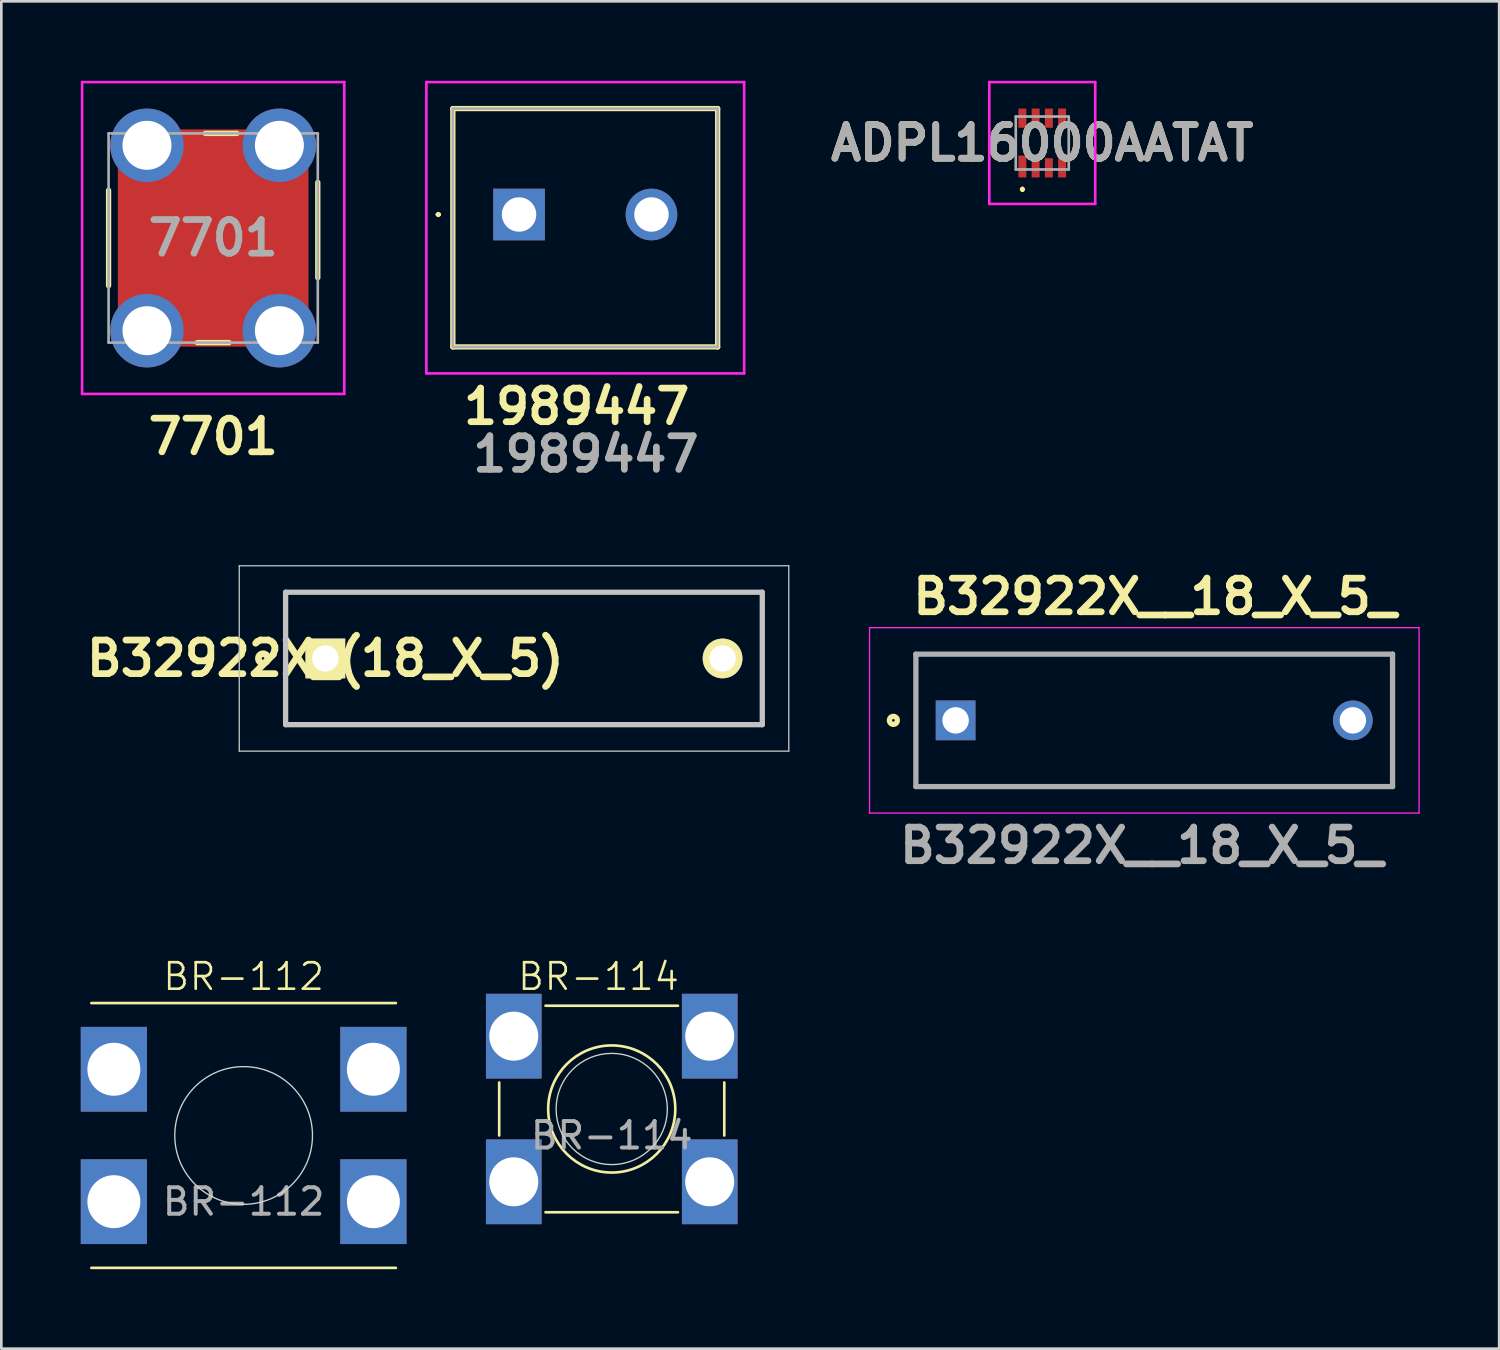
<source format=kicad_pcb>
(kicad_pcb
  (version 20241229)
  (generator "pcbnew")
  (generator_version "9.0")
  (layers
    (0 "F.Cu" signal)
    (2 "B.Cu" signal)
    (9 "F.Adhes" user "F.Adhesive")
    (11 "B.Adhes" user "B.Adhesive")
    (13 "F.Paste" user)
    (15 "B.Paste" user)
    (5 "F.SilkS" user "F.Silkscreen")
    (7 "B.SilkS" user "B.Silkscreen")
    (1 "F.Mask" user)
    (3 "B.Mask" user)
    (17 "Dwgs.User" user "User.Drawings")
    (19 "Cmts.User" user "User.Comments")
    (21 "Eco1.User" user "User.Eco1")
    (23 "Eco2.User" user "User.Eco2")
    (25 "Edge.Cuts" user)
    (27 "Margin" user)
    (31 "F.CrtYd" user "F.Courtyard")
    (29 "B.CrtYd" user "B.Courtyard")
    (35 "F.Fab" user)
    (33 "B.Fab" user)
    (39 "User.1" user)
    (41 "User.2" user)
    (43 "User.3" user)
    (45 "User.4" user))
  (footprint "ADPL16000AATAT"
    (layer "F.Cu")
    (at 36.307 2.35)
    (property "Reference" "ADPL16000AATAT" (at 0 0 0) (layer "F.SilkS") (effects (font (size 1.27 1.27) (thickness 0.254))))
    (attr smd)
    (fp_line (start -0.75 1.7) (end -0.75 1.7) (stroke (width 0.1) (type solid)) (layer "F.SilkS"))
    (fp_line (start -0.75 1.8) (end -0.75 1.8) (stroke (width 0.1) (type solid)) (layer "F.SilkS"))
    (fp_arc (start -0.75 1.7) (mid -0.7 1.75) (end -0.75 1.8) (stroke (width 0.1) (type solid)) (layer "F.SilkS"))
    (fp_arc (start -0.75 1.8) (mid -0.8 1.75) (end -0.75 1.7) (stroke (width 0.1) (type solid)) (layer "F.SilkS"))
    (fp_line (start -2 -2.3) (end 2 -2.3) (stroke (width 0.1) (type solid)) (layer "F.CrtYd"))
    (fp_line (start -2 2.3) (end -2 -2.3) (stroke (width 0.1) (type solid)) (layer "F.CrtYd"))
    (fp_line (start 2 -2.3) (end 2 2.3) (stroke (width 0.1) (type solid)) (layer "F.CrtYd"))
    (fp_line (start 2 2.3) (end -2 2.3) (stroke (width 0.1) (type solid)) (layer "F.CrtYd"))
    (fp_line (start -1 -1) (end 1 -1) (stroke (width 0.1) (type solid)) (layer "F.Fab"))
    (fp_line (start -1 1) (end -1 -1) (stroke (width 0.1) (type solid)) (layer "F.Fab"))
    (fp_line (start 1 -1) (end 1 1) (stroke (width 0.1) (type solid)) (layer "F.Fab"))
    (fp_line (start 1 1) (end -1 1) (stroke (width 0.1) (type solid)) (layer "F.Fab"))
    (fp_text user "${REFERENCE}" (at 0 0 0) (layer "F.Fab") (effects (font (size 1.27 1.27) (thickness 0.254))))
    (pad "1" smd rect (at -0.75 0.888) (size 0.3 0.825) (layers "F.Cu" "F.Mask" "F.Paste"))
    (pad "2" smd rect (at -0.25 0.938) (size 0.3 0.725) (layers "F.Cu" "F.Mask" "F.Paste"))
    (pad "3" smd rect (at 0.25 0.938) (size 0.3 0.725) (layers "F.Cu" "F.Mask" "F.Paste"))
    (pad "4" smd rect (at 0.75 0.938) (size 0.3 0.725) (layers "F.Cu" "F.Mask" "F.Paste"))
    (pad "5" smd rect (at 0.75 -0.938) (size 0.3 0.725) (layers "F.Cu" "F.Mask" "F.Paste"))
    (pad "6" smd rect (at 0.25 -0.938) (size 0.3 0.725) (layers "F.Cu" "F.Mask" "F.Paste"))
    (pad "7" smd rect (at -0.25 -0.938) (size 0.3 0.725) (layers "F.Cu" "F.Mask" "F.Paste"))
    (pad "8" smd rect (at -0.75 -0.938) (size 0.3 0.725) (layers "F.Cu" "F.Mask" "F.Paste")))
  (footprint "7701"
    (layer "F.Cu")
    (at 2.5 9.437)
    (property "Reference" "7701" (at 2.5 4 0) (layer "F.SilkS") (effects (font (size 1.27 1.27) (thickness 0.254))))
    (attr through_hole)
    (fp_rect (start -1 -7.5) (end 6 0.5) (stroke (width 0.2) (type solid)) (fill yes) (layer "F.Cu"))
    (fp_rect (start -1.5 -8) (end 6.5 1) (stroke (width 0.1) (type solid)) (fill yes) (layer "F.Mask"))
    (fp_line (start -1.45 -5.3) (end -1.45 -1.7) (stroke (width 0.2) (type solid)) (layer "F.SilkS"))
    (fp_line (start 1.9 0.45) (end 3.1 0.45) (stroke (width 0.2) (type solid)) (layer "F.SilkS"))
    (fp_line (start 3.4 -7.45) (end 2.2 -7.45) (stroke (width 0.2) (type solid)) (layer "F.SilkS"))
    (fp_line (start 6.45 -2) (end 6.45 -5.6) (stroke (width 0.2) (type solid)) (layer "F.SilkS"))
    (fp_line (start -2.45 -9.387) (end 7.45 -9.387) (stroke (width 0.1) (type solid)) (layer "F.CrtYd"))
    (fp_line (start -2.45 2.388) (end -2.45 -9.387) (stroke (width 0.1) (type solid)) (layer "F.CrtYd"))
    (fp_line (start 7.45 -9.387) (end 7.45 2.388) (stroke (width 0.1) (type solid)) (layer "F.CrtYd"))
    (fp_line (start 7.45 2.388) (end -2.45 2.388) (stroke (width 0.1) (type solid)) (layer "F.CrtYd"))
    (fp_line (start -1.45 -7.45) (end -1.45 0.45) (stroke (width 0.1) (type solid)) (layer "F.Fab"))
    (fp_line (start -1.45 0.45) (end 6.45 0.45) (stroke (width 0.1) (type solid)) (layer "F.Fab"))
    (fp_line (start 6.45 -7.45) (end -1.45 -7.45) (stroke (width 0.1) (type solid)) (layer "F.Fab"))
    (fp_line (start 6.45 0.45) (end 6.45 -7.45) (stroke (width 0.1) (type solid)) (layer "F.Fab"))
    (fp_text user "${REFERENCE}" (at 2.5 -3.5 0) (layer "F.Fab") (effects (font (size 1.27 1.27) (thickness 0.254))))
    (pad "1" thru_hole circle (at 0 0) (size 2.775 2.775) (drill 1.85) (layers "*.Cu" "*.Mask"))
    (pad "2" thru_hole circle (at 5 0) (size 2.775 2.775) (drill 1.85) (layers "*.Cu" "*.Mask"))
    (pad "3" thru_hole circle (at 5 -7) (size 2.775 2.775) (drill 1.85) (layers "*.Cu" "*.Mask"))
    (pad "4" thru_hole circle (at 0 -7) (size 2.775 2.775) (drill 1.85) (layers "*.Cu" "*.Mask")))
  (footprint "B32922X_(18_X_5)"
    (layer "F.Cu")
    (at 9.235 21.814)
    (property "Reference" "B32922X_(18_X_5)" (at 0 0 0) (layer "F.SilkS") (effects (font (size 1.27 1.27) (thickness 0.254))))
    (attr through_hole exclude_from_pos_files)
    (fp_line (start -1.5 -2.5) (end 16.5 -2.5) (stroke (width 0.1) (type solid)) (layer "F.SilkS"))
    (fp_line (start -1.5 2.5) (end -1.5 -2.5) (stroke (width 0.1) (type solid)) (layer "F.SilkS"))
    (fp_line (start 16.5 -2.5) (end 16.5 2.5) (stroke (width 0.1) (type solid)) (layer "F.SilkS"))
    (fp_line (start 16.5 2.5) (end -1.5 2.5) (stroke (width 0.1) (type solid)) (layer "F.SilkS"))
    (fp_circle (center -2.35 0) (end -2.4 0) (stroke (width 0.254) (type solid)) (fill no) (layer "F.SilkS"))
    (fp_line (start -3.25 -3.5) (end 17.5 -3.5) (stroke (width 0.05) (type solid)) (layer "Dwgs.User"))
    (fp_line (start -3.25 3.5) (end -3.25 -3.5) (stroke (width 0.05) (type solid)) (layer "Dwgs.User"))
    (fp_line (start -1.5 -2.5) (end 16.5 -2.5) (stroke (width 0.2) (type solid)) (layer "Dwgs.User"))
    (fp_line (start -1.5 2.5) (end -1.5 -2.5) (stroke (width 0.2) (type solid)) (layer "Dwgs.User"))
    (fp_line (start 16.5 -2.5) (end 16.5 2.5) (stroke (width 0.2) (type solid)) (layer "Dwgs.User"))
    (fp_line (start 16.5 2.5) (end -1.5 2.5) (stroke (width 0.2) (type solid)) (layer "Dwgs.User"))
    (fp_line (start 17.5 -3.5) (end 17.5 3.5) (stroke (width 0.05) (type solid)) (layer "Dwgs.User"))
    (fp_line (start 17.5 3.5) (end -3.25 3.5) (stroke (width 0.05) (type solid)) (layer "Dwgs.User"))
    (pad "1" thru_hole rect (at 0 0 90) (size 1.5 1.5) (drill 1) (layers "*.Cu" "*.Mask" "F.SilkS"))
    (pad "2" thru_hole circle (at 15 0 90) (size 1.5 1.5) (drill 1) (layers "*.Cu" "*.Mask" "F.SilkS")))
  (footprint "BR-114"
    (layer "F.Cu")
    (at 20.05 38.827)
    (property "Reference" "BR-114" (at -0.5 -5 0) (unlocked yes) (layer "F.SilkS") (effects (font (size 1 1) (thickness 0.1))))
    (attr through_hole)
    (fp_line (start -4.25 -1) (end -4.25 1) (stroke (width 0.1) (type default)) (layer "F.SilkS"))
    (fp_line (start -2.5 -3.9) (end 2.5 -3.9) (stroke (width 0.1) (type default)) (layer "F.SilkS"))
    (fp_line (start -2.5 3.9) (end 2.5 3.9) (stroke (width 0.1) (type default)) (layer "F.SilkS"))
    (fp_line (start 4.25 -1) (end 4.25 1) (stroke (width 0.1) (type default)) (layer "F.SilkS"))
    (fp_circle (center 0 0) (end 2.4 0) (stroke (width 0.1) (type default)) (fill no) (layer "F.SilkS"))
    (fp_circle (center 0 0) (end 2.1 0) (stroke (width 0.05) (type default)) (fill no) (layer "Edge.Cuts"))
    (fp_text user "${REFERENCE}" (at 0 1 0) (unlocked yes) (layer "F.Fab") (effects (font (size 1 1) (thickness 0.15))))
    (pad "1" thru_hole rect (at -3.7 -2.75) (size 2.1 3.2) (drill 1.85) (layers "*.Cu" "*.Mask"))
    (pad "1" thru_hole rect (at -3.7 2.75) (size 2.1 3.2) (drill 1.85) (layers "*.Cu" "*.Mask"))
    (pad "1" thru_hole rect (at 3.7 -2.75) (size 2.1 3.2) (drill 1.85) (layers "*.Cu" "*.Mask"))
    (pad "1" thru_hole rect (at 3.7 2.75) (size 2.1 3.2) (drill 1.85) (layers "*.Cu" "*.Mask")))
  (footprint "1989447"
    (layer "F.Cu")
    (at 16.55 5.05)
    (property "Reference" "1989447" (at 2.175 7.25 0) (layer "F.SilkS") (effects (font (size 1.27 1.27) (thickness 0.254))))
    (attr through_hole)
    (fp_line (start -3.1 0) (end -3.1 0) (stroke (width 0.1) (type solid)) (layer "F.SilkS"))
    (fp_line (start -3 0) (end -3 0) (stroke (width 0.1) (type solid)) (layer "F.SilkS"))
    (fp_line (start -2.5 -4) (end 7.5 -4) (stroke (width 0.2) (type solid)) (layer "F.SilkS"))
    (fp_line (start -2.5 5) (end -2.5 -4) (stroke (width 0.2) (type solid)) (layer "F.SilkS"))
    (fp_line (start 7.5 -4) (end 7.5 5) (stroke (width 0.2) (type solid)) (layer "F.SilkS"))
    (fp_line (start 7.5 5) (end -2.5 5) (stroke (width 0.2) (type solid)) (layer "F.SilkS"))
    (fp_arc (start -3.1 0) (mid -3.05 -0.05) (end -3 0) (stroke (width 0.1) (type solid)) (layer "F.SilkS"))
    (fp_arc (start -3 0) (mid -3.05 0.05) (end -3.1 0) (stroke (width 0.1) (type solid)) (layer "F.SilkS"))
    (fp_line (start -3.5 -5) (end 8.5 -5) (stroke (width 0.1) (type solid)) (layer "F.CrtYd"))
    (fp_line (start -3.5 6) (end -3.5 -5) (stroke (width 0.1) (type solid)) (layer "F.CrtYd"))
    (fp_line (start 8.5 -5) (end 8.5 6) (stroke (width 0.1) (type solid)) (layer "F.CrtYd"))
    (fp_line (start 8.5 6) (end -3.5 6) (stroke (width 0.1) (type solid)) (layer "F.CrtYd"))
    (fp_line (start -2.5 -4) (end 7.5 -4) (stroke (width 0.1) (type solid)) (layer "F.Fab"))
    (fp_line (start -2.5 5) (end -2.5 -4) (stroke (width 0.1) (type solid)) (layer "F.Fab"))
    (fp_line (start 7.5 -4) (end 7.5 5) (stroke (width 0.1) (type solid)) (layer "F.Fab"))
    (fp_line (start 7.5 5) (end -2.5 5) (stroke (width 0.1) (type solid)) (layer "F.Fab"))
    (fp_text user "${REFERENCE}" (at 2.525 9.05 0) (layer "F.Fab") (effects (font (size 1.27 1.27) (thickness 0.254))))
    (pad "1" thru_hole rect (at 0 0) (size 1.95 1.95) (drill 1.3) (layers "*.Cu" "*.Mask"))
    (pad "2" thru_hole circle (at 5 0) (size 1.95 1.95) (drill 1.3) (layers "*.Cu" "*.Mask")))
  (footprint "B32922X__18_X_5_"
    (layer "F.Cu")
    (at 33.035 24.152)
    (property "Reference" "B32922X__18_X_5_" (at 7.525 -4.675 0) (layer "F.SilkS") (effects (font (size 1.27 1.27) (thickness 0.254))))
    (attr through_hole)
    (fp_line (start -1.5 -2.5) (end 16.5 -2.5) (stroke (width 0.1) (type solid)) (layer "F.SilkS"))
    (fp_line (start -1.5 2.5) (end -1.5 -2.5) (stroke (width 0.1) (type solid)) (layer "F.SilkS"))
    (fp_line (start 16.5 -2.5) (end 16.5 2.5) (stroke (width 0.1) (type solid)) (layer "F.SilkS"))
    (fp_line (start 16.5 2.5) (end -1.5 2.5) (stroke (width 0.1) (type solid)) (layer "F.SilkS"))
    (fp_circle (center -2.35 0) (end -2.35 0.05) (stroke (width 0.2) (type solid)) (fill no) (layer "F.SilkS"))
    (fp_line (start -3.25 -3.5) (end 17.5 -3.5) (stroke (width 0.05) (type solid)) (layer "F.CrtYd"))
    (fp_line (start -3.25 3.5) (end -3.25 -3.5) (stroke (width 0.05) (type solid)) (layer "F.CrtYd"))
    (fp_line (start 17.5 -3.5) (end 17.5 3.5) (stroke (width 0.05) (type solid)) (layer "F.CrtYd"))
    (fp_line (start 17.5 3.5) (end -3.25 3.5) (stroke (width 0.05) (type solid)) (layer "F.CrtYd"))
    (fp_line (start -1.5 -2.5) (end 16.5 -2.5) (stroke (width 0.2) (type solid)) (layer "F.Fab"))
    (fp_line (start -1.5 2.5) (end -1.5 -2.5) (stroke (width 0.2) (type solid)) (layer "F.Fab"))
    (fp_line (start 16.5 -2.5) (end 16.5 2.5) (stroke (width 0.2) (type solid)) (layer "F.Fab"))
    (fp_line (start 16.5 2.5) (end -1.5 2.5) (stroke (width 0.2) (type solid)) (layer "F.Fab"))
    (fp_text user "${REFERENCE}" (at 7.025 4.725 0) (layer "F.Fab") (effects (font (size 1.27 1.27) (thickness 0.254))))
    (pad "1" thru_hole rect (at 0 0) (size 1.5 1.5) (drill 1) (layers "*.Cu" "*.Mask"))
    (pad "2" thru_hole circle (at 15 0) (size 1.5 1.5) (drill 1) (layers "*.Cu" "*.Mask")))
  (footprint "BR-112"
    (layer "F.Cu")
    (at 6.15 39.827)
    (property "Reference" "BR-112" (at 0 -6 0) (unlocked yes) (layer "F.SilkS") (effects (font (size 1 1) (thickness 0.1))))
    (attr through_hole)
    (fp_line (start -5.75 -5) (end 5.75 -5) (stroke (width 0.1) (type default)) (layer "F.SilkS"))
    (fp_line (start -5.75 5) (end 5.75 5) (stroke (width 0.1) (type default)) (layer "F.SilkS"))
    (fp_circle (center 0 0) (end 2.6 0) (stroke (width 0.05) (type default)) (fill no) (layer "Edge.Cuts"))
    (fp_text user "${REFERENCE}" (at 0 2.5 0) (unlocked yes) (layer "F.Fab") (effects (font (size 1 1) (thickness 0.15))))
    (pad "1" thru_hole rect (at -4.9 -2.5) (size 2.5 3.2) (drill 2) (layers "*.Cu" "*.Mask"))
    (pad "1" thru_hole rect (at -4.9 2.5) (size 2.5 3.2) (drill 2) (layers "*.Cu" "*.Mask"))
    (pad "1" thru_hole rect (at 4.9 -2.5) (size 2.5 3.2) (drill 2) (layers "*.Cu" "*.Mask"))
    (pad "1" thru_hole rect (at 4.9 2.5) (size 2.5 3.2) (drill 2) (layers "*.Cu" "*.Mask")))
  (gr_rect
    (start -3 -3)
    (end 53.56 47.877)
    (stroke (width 0.1) (type default))
    (fill no)
    (layer "Edge.Cuts")))
</source>
